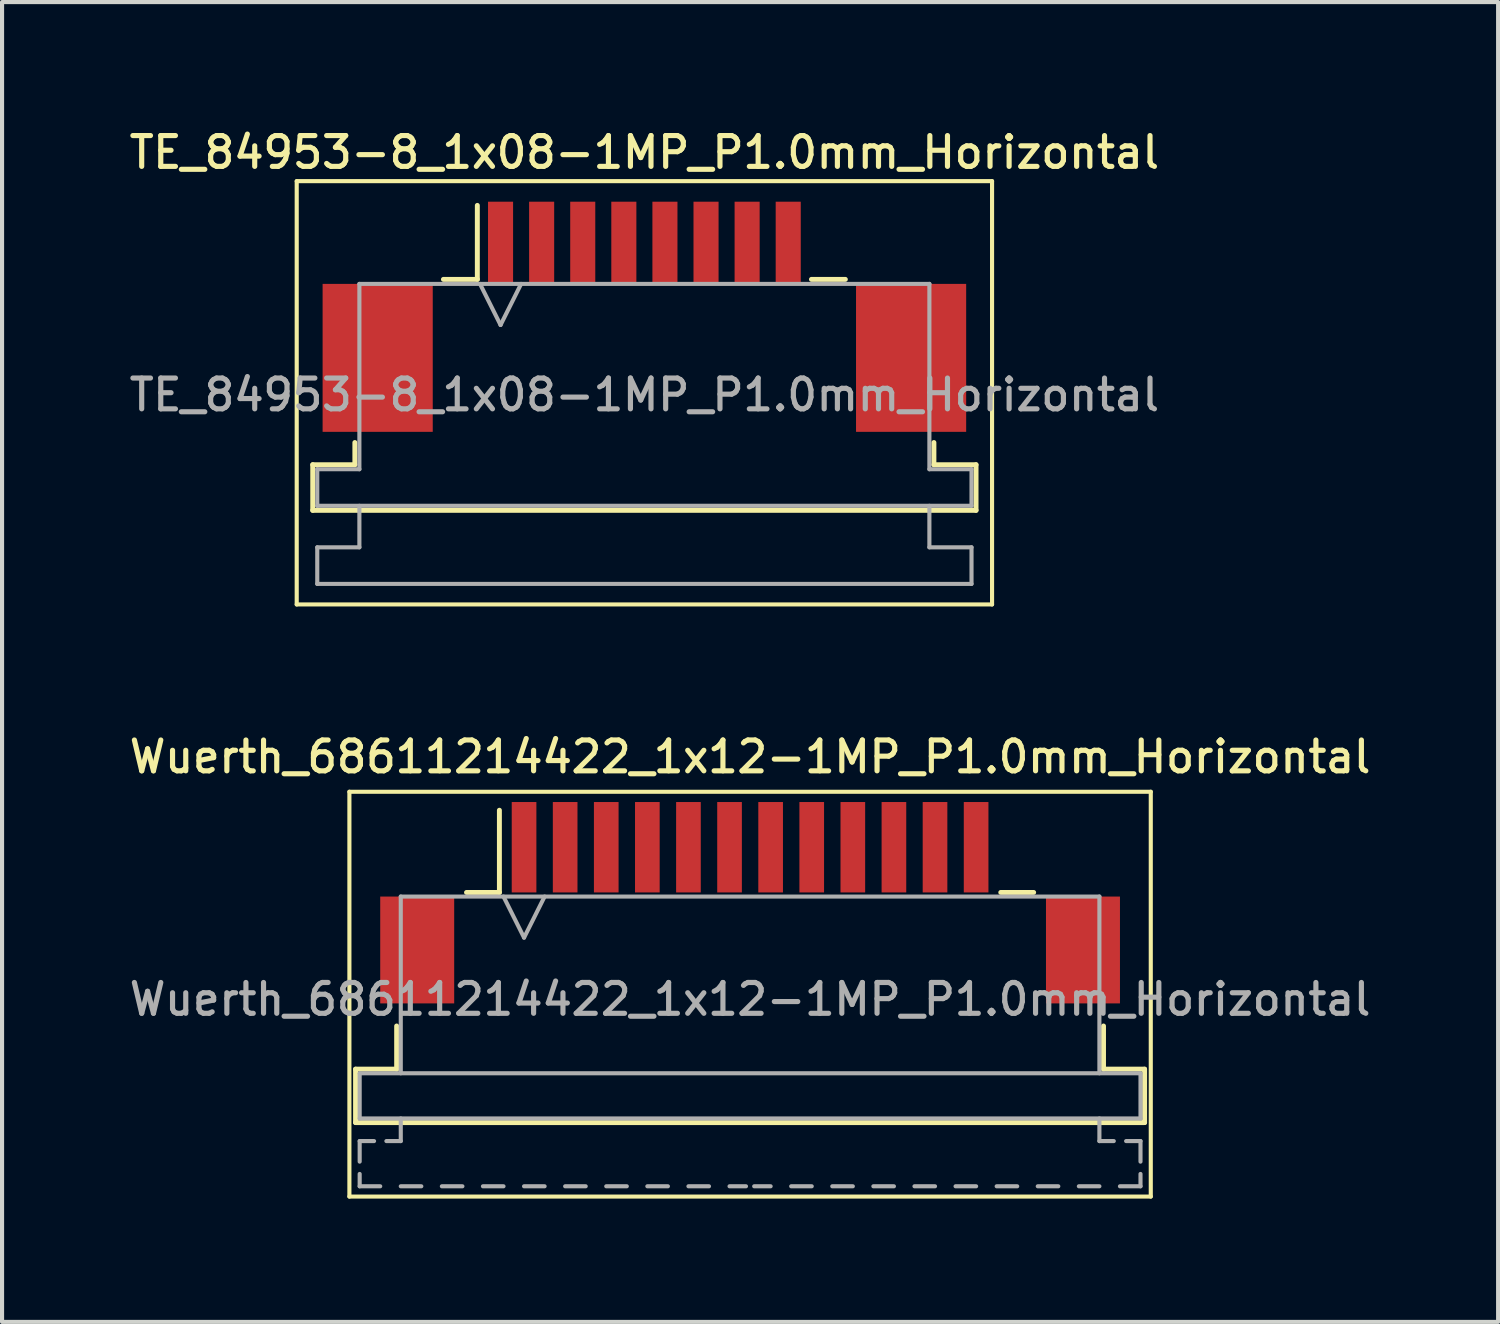
<source format=kicad_pcb>
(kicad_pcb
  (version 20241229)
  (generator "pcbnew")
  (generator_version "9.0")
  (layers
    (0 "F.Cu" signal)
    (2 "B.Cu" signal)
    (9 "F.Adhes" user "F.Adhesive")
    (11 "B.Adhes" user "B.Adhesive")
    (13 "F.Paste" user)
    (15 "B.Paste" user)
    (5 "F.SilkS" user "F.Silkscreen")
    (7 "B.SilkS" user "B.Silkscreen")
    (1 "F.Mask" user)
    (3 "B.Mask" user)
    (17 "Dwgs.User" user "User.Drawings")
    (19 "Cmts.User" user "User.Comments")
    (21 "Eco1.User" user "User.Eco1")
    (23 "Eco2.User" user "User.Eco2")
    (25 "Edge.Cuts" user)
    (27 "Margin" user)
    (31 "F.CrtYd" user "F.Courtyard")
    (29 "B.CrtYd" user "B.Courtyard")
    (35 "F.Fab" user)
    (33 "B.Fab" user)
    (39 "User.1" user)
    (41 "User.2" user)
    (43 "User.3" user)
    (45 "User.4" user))
  (footprint "Wuerth_68611214422_1x12-1MP_P1.0mm_Horizontal"
    (layer "F.Cu")
    (at 15.202 18.916)
    (property "Reference" "Wuerth_68611214422_1x12-1MP_P1.0mm_Horizontal" (at 0 -3.55 0) (layer "F.SilkS") (effects (font (size 0.75 0.75) (thickness 0.125))))
    (attr smd)
    (fp_line (start -9.75 -2.7) (end -9.75 7.15) (stroke (width 0.1) (type solid)) (layer "F.SilkS"))
    (fp_line (start -9.75 7.15) (end 9.75 7.15) (stroke (width 0.1) (type solid)) (layer "F.SilkS"))
    (fp_line (start -9.6 4.05) (end -8.6 4.05) (stroke (width 0.12) (type solid)) (layer "F.SilkS"))
    (fp_line (start -9.6 5.35) (end -9.6 4.05) (stroke (width 0.12) (type solid)) (layer "F.SilkS"))
    (fp_line (start -8.6 4.05) (end -8.6 3) (stroke (width 0.12) (type solid)) (layer "F.SilkS"))
    (fp_line (start -6.9 -0.25) (end -6.1 -0.25) (stroke (width 0.12) (type solid)) (layer "F.SilkS"))
    (fp_line (start -6.1 -0.25) (end -6.1 -2.25) (stroke (width 0.12) (type solid)) (layer "F.SilkS"))
    (fp_line (start 6.1 -0.25) (end 6.9 -0.25) (stroke (width 0.12) (type solid)) (layer "F.SilkS"))
    (fp_line (start 8.6 3) (end 8.6 4.05) (stroke (width 0.12) (type solid)) (layer "F.SilkS"))
    (fp_line (start 8.6 4.05) (end 9.6 4.05) (stroke (width 0.12) (type solid)) (layer "F.SilkS"))
    (fp_line (start 9.6 4.05) (end 9.6 5.35) (stroke (width 0.12) (type solid)) (layer "F.SilkS"))
    (fp_line (start 9.6 5.35) (end -9.6 5.35) (stroke (width 0.12) (type solid)) (layer "F.SilkS"))
    (fp_line (start 9.75 -2.7) (end -9.75 -2.7) (stroke (width 0.1) (type solid)) (layer "F.SilkS"))
    (fp_line (start 9.75 7.15) (end 9.75 -2.7) (stroke (width 0.1) (type solid)) (layer "F.SilkS"))
    (fp_line (start -9.5 4.15) (end 9.5 4.15) (stroke (width 0.1) (type solid)) (layer "F.Fab"))
    (fp_line (start -9.5 5.25) (end -9.5 4.16) (stroke (width 0.1) (type solid)) (layer "F.Fab"))
    (fp_line (start -9.5 5.8) (end -9.15 5.8) (stroke (width 0.1) (type solid)) (layer "F.Fab"))
    (fp_line (start -9.5 6.3) (end -9.5 5.8) (stroke (width 0.1) (type solid)) (layer "F.Fab"))
    (fp_line (start -9.5 6.9) (end -9.5 6.6) (stroke (width 0.1) (type solid)) (layer "F.Fab"))
    (fp_line (start -9 6.9) (end -9.5 6.9) (stroke (width 0.1) (type solid)) (layer "F.Fab"))
    (fp_line (start -8.85 5.8) (end -8.5 5.8) (stroke (width 0.1) (type solid)) (layer "F.Fab"))
    (fp_line (start -8.5 -0.15) (end 8.5 -0.15) (stroke (width 0.1) (type solid)) (layer "F.Fab"))
    (fp_line (start -8.5 4.15) (end -8.5 -0.15) (stroke (width 0.1) (type solid)) (layer "F.Fab"))
    (fp_line (start -8.5 5.8) (end -8.5 5.25) (stroke (width 0.1) (type solid)) (layer "F.Fab"))
    (fp_line (start -8 6.9) (end -8.5 6.9) (stroke (width 0.1) (type solid)) (layer "F.Fab"))
    (fp_line (start -7 6.9) (end -7.5 6.9) (stroke (width 0.1) (type solid)) (layer "F.Fab"))
    (fp_line (start -6 -0.15) (end -5.5 0.85) (stroke (width 0.1) (type solid)) (layer "F.Fab"))
    (fp_line (start -6 6.9) (end -6.5 6.9) (stroke (width 0.1) (type solid)) (layer "F.Fab"))
    (fp_line (start -5.5 0.85) (end -5 -0.15) (stroke (width 0.1) (type solid)) (layer "F.Fab"))
    (fp_line (start -5 6.9) (end -5.5 6.9) (stroke (width 0.1) (type solid)) (layer "F.Fab"))
    (fp_line (start -4 6.9) (end -4.5 6.9) (stroke (width 0.1) (type solid)) (layer "F.Fab"))
    (fp_line (start -3 6.9) (end -3.5 6.9) (stroke (width 0.1) (type solid)) (layer "F.Fab"))
    (fp_line (start -2 6.9) (end -2.5 6.9) (stroke (width 0.1) (type solid)) (layer "F.Fab"))
    (fp_line (start -1 6.9) (end -1.5 6.9) (stroke (width 0.1) (type solid)) (layer "F.Fab"))
    (fp_line (start -0.1 6.9) (end -0.5 6.9) (stroke (width 0.1) (type solid)) (layer "F.Fab"))
    (fp_line (start 0.1 6.9) (end 0.5 6.9) (stroke (width 0.1) (type solid)) (layer "F.Fab"))
    (fp_line (start 1 6.9) (end 1.5 6.9) (stroke (width 0.1) (type solid)) (layer "F.Fab"))
    (fp_line (start 2 6.9) (end 2.5 6.9) (stroke (width 0.1) (type solid)) (layer "F.Fab"))
    (fp_line (start 3 6.9) (end 3.5 6.9) (stroke (width 0.1) (type solid)) (layer "F.Fab"))
    (fp_line (start 4 6.9) (end 4.5 6.9) (stroke (width 0.1) (type solid)) (layer "F.Fab"))
    (fp_line (start 5 6.9) (end 5.5 6.9) (stroke (width 0.1) (type solid)) (layer "F.Fab"))
    (fp_line (start 6 6.9) (end 6.5 6.9) (stroke (width 0.1) (type solid)) (layer "F.Fab"))
    (fp_line (start 7 6.9) (end 7.5 6.9) (stroke (width 0.1) (type solid)) (layer "F.Fab"))
    (fp_line (start 8 6.9) (end 8.5 6.9) (stroke (width 0.1) (type solid)) (layer "F.Fab"))
    (fp_line (start 8.5 -0.15) (end 8.5 4.15) (stroke (width 0.1) (type solid)) (layer "F.Fab"))
    (fp_line (start 8.5 5.25) (end 8.5 5.8) (stroke (width 0.1) (type solid)) (layer "F.Fab"))
    (fp_line (start 8.85 5.8) (end 8.5 5.8) (stroke (width 0.1) (type solid)) (layer "F.Fab"))
    (fp_line (start 9 6.9) (end 9.5 6.9) (stroke (width 0.1) (type solid)) (layer "F.Fab"))
    (fp_line (start 9.15 5.8) (end 9.5 5.8) (stroke (width 0.1) (type solid)) (layer "F.Fab"))
    (fp_line (start 9.5 4.16) (end 9.5 5.25) (stroke (width 0.1) (type solid)) (layer "F.Fab"))
    (fp_line (start 9.5 5.25) (end -9.5 5.25) (stroke (width 0.1) (type solid)) (layer "F.Fab"))
    (fp_line (start 9.5 5.8) (end 9.5 6.3) (stroke (width 0.1) (type solid)) (layer "F.Fab"))
    (fp_line (start 9.5 6.6) (end 9.5 6.9) (stroke (width 0.1) (type solid)) (layer "F.Fab"))
    (fp_text user "${REFERENCE}" (at 0 2.35 0) (layer "F.Fab") (effects (font (size 0.75 0.75) (thickness 0.125))))
    (pad "1" smd rect (at -5.5 -1.35) (size 0.6 2.2) (layers "F.Cu" "F.Mask" "F.Paste"))
    (pad "2" smd rect (at -4.5 -1.35) (size 0.6 2.2) (layers "F.Cu" "F.Mask" "F.Paste"))
    (pad "3" smd rect (at -3.5 -1.35) (size 0.6 2.2) (layers "F.Cu" "F.Mask" "F.Paste"))
    (pad "4" smd rect (at -2.5 -1.35) (size 0.6 2.2) (layers "F.Cu" "F.Mask" "F.Paste"))
    (pad "5" smd rect (at -1.5 -1.35) (size 0.6 2.2) (layers "F.Cu" "F.Mask" "F.Paste"))
    (pad "6" smd rect (at -0.5 -1.35) (size 0.6 2.2) (layers "F.Cu" "F.Mask" "F.Paste"))
    (pad "7" smd rect (at 0.5 -1.35) (size 0.6 2.2) (layers "F.Cu" "F.Mask" "F.Paste"))
    (pad "8" smd rect (at 1.5 -1.35) (size 0.6 2.2) (layers "F.Cu" "F.Mask" "F.Paste"))
    (pad "9" smd rect (at 2.5 -1.35) (size 0.6 2.2) (layers "F.Cu" "F.Mask" "F.Paste"))
    (pad "10" smd rect (at 3.5 -1.35) (size 0.6 2.2) (layers "F.Cu" "F.Mask" "F.Paste"))
    (pad "11" smd rect (at 4.5 -1.35) (size 0.6 2.2) (layers "F.Cu" "F.Mask" "F.Paste"))
    (pad "12" smd rect (at 5.5 -1.35) (size 0.6 2.2) (layers "F.Cu" "F.Mask" "F.Paste"))
    (pad "MP" smd rect (at -8.1 1.15) (size 1.8 2.6) (layers "F.Cu" "F.Mask" "F.Paste"))
    (pad "MP" smd rect (at 8.1 1.15) (size 1.8 2.6) (layers "F.Cu" "F.Mask" "F.Paste")))
  (footprint "TE_84953-8_1x08-1MP_P1.0mm_Horizontal"
    (layer "F.Cu")
    (at 12.63 4.658)
    (property "Reference" "TE_84953-8_1x08-1MP_P1.0mm_Horizontal" (at 0 -4 0) (layer "F.SilkS") (effects (font (size 0.75 0.75) (thickness 0.125))))
    (attr smd)
    (fp_line (start -8.46 -3.3) (end -8.46 7) (stroke (width 0.1) (type solid)) (layer "F.SilkS"))
    (fp_line (start -8.46 7) (end 8.46 7) (stroke (width 0.1) (type solid)) (layer "F.SilkS"))
    (fp_line (start -8.07 3.6) (end -7.045 3.6) (stroke (width 0.12) (type solid)) (layer "F.SilkS"))
    (fp_line (start -8.07 4.71) (end -8.07 3.6) (stroke (width 0.12) (type solid)) (layer "F.SilkS"))
    (fp_line (start -7.045 3.6) (end -7.045 3.06) (stroke (width 0.12) (type solid)) (layer "F.SilkS"))
    (fp_line (start -4.89 -0.91) (end -4.065 -0.91) (stroke (width 0.12) (type solid)) (layer "F.SilkS"))
    (fp_line (start -4.065 -0.91) (end -4.065 -2.71) (stroke (width 0.12) (type solid)) (layer "F.SilkS"))
    (fp_line (start 4.065 -0.91) (end 4.89 -0.91) (stroke (width 0.12) (type solid)) (layer "F.SilkS"))
    (fp_line (start 7.045 3.06) (end 7.045 3.6) (stroke (width 0.12) (type solid)) (layer "F.SilkS"))
    (fp_line (start 7.045 3.6) (end 8.07 3.6) (stroke (width 0.12) (type solid)) (layer "F.SilkS"))
    (fp_line (start 8.07 3.6) (end 8.07 4.71) (stroke (width 0.12) (type solid)) (layer "F.SilkS"))
    (fp_line (start 8.07 4.71) (end -8.07 4.71) (stroke (width 0.12) (type solid)) (layer "F.SilkS"))
    (fp_line (start 8.46 -3.3) (end -8.46 -3.3) (stroke (width 0.1) (type solid)) (layer "F.SilkS"))
    (fp_line (start 8.46 7) (end 8.46 -3.3) (stroke (width 0.1) (type solid)) (layer "F.SilkS"))
    (fp_line (start -7.96 3.71) (end -6.935 3.71) (stroke (width 0.1) (type solid)) (layer "F.Fab"))
    (fp_line (start -7.96 4.6) (end -7.96 3.71) (stroke (width 0.1) (type solid)) (layer "F.Fab"))
    (fp_line (start -7.96 5.61) (end -6.935 5.61) (stroke (width 0.1) (type solid)) (layer "F.Fab"))
    (fp_line (start -7.96 6.5) (end -7.96 5.61) (stroke (width 0.1) (type solid)) (layer "F.Fab"))
    (fp_line (start -6.935 -0.8) (end 6.935 -0.8) (stroke (width 0.1) (type solid)) (layer "F.Fab"))
    (fp_line (start -6.935 3.71) (end -6.935 -0.8) (stroke (width 0.1) (type solid)) (layer "F.Fab"))
    (fp_line (start -6.935 5.61) (end -6.935 4.6) (stroke (width 0.1) (type solid)) (layer "F.Fab"))
    (fp_line (start -4 -0.8) (end -3.5 0.2) (stroke (width 0.1) (type solid)) (layer "F.Fab"))
    (fp_line (start -3.5 0.2) (end -3 -0.8) (stroke (width 0.1) (type solid)) (layer "F.Fab"))
    (fp_line (start 6.935 -0.8) (end 6.935 3.71) (stroke (width 0.1) (type solid)) (layer "F.Fab"))
    (fp_line (start 6.935 3.71) (end 7.96 3.71) (stroke (width 0.1) (type solid)) (layer "F.Fab"))
    (fp_line (start 6.935 4.6) (end 6.935 5.61) (stroke (width 0.1) (type solid)) (layer "F.Fab"))
    (fp_line (start 6.935 5.61) (end 7.96 5.61) (stroke (width 0.1) (type solid)) (layer "F.Fab"))
    (fp_line (start 7.96 3.71) (end 7.96 4.6) (stroke (width 0.1) (type solid)) (layer "F.Fab"))
    (fp_line (start 7.96 4.6) (end -7.96 4.6) (stroke (width 0.1) (type solid)) (layer "F.Fab"))
    (fp_line (start 7.96 5.61) (end 7.96 6.5) (stroke (width 0.1) (type solid)) (layer "F.Fab"))
    (fp_line (start 7.96 6.5) (end -7.96 6.5) (stroke (width 0.1) (type solid)) (layer "F.Fab"))
    (fp_text user "${REFERENCE}" (at 0 1.9 0) (layer "F.Fab") (effects (font (size 0.75 0.75) (thickness 0.125))))
    (pad "1" smd rect (at -3.5 -1.8) (size 0.61 2) (layers "F.Cu" "F.Mask" "F.Paste"))
    (pad "2" smd rect (at -2.5 -1.8) (size 0.61 2) (layers "F.Cu" "F.Mask" "F.Paste"))
    (pad "3" smd rect (at -1.5 -1.8) (size 0.61 2) (layers "F.Cu" "F.Mask" "F.Paste"))
    (pad "4" smd rect (at -0.5 -1.8) (size 0.61 2) (layers "F.Cu" "F.Mask" "F.Paste"))
    (pad "5" smd rect (at 0.5 -1.8) (size 0.61 2) (layers "F.Cu" "F.Mask" "F.Paste"))
    (pad "6" smd rect (at 1.5 -1.8) (size 0.61 2) (layers "F.Cu" "F.Mask" "F.Paste"))
    (pad "7" smd rect (at 2.5 -1.8) (size 0.61 2) (layers "F.Cu" "F.Mask" "F.Paste"))
    (pad "8" smd rect (at 3.5 -1.8) (size 0.61 2) (layers "F.Cu" "F.Mask" "F.Paste"))
    (pad "MP" smd rect (at -6.49 1) (size 2.68 3.6) (layers "F.Cu" "F.Mask" "F.Paste"))
    (pad "MP" smd rect (at 6.49 1) (size 2.68 3.6) (layers "F.Cu" "F.Mask" "F.Paste")))
  (gr_rect
    (start -3 -3)
    (end 33.404 29.116)
    (stroke (width 0.1) (type default))
    (fill no)
    (layer "Edge.Cuts")))
</source>
